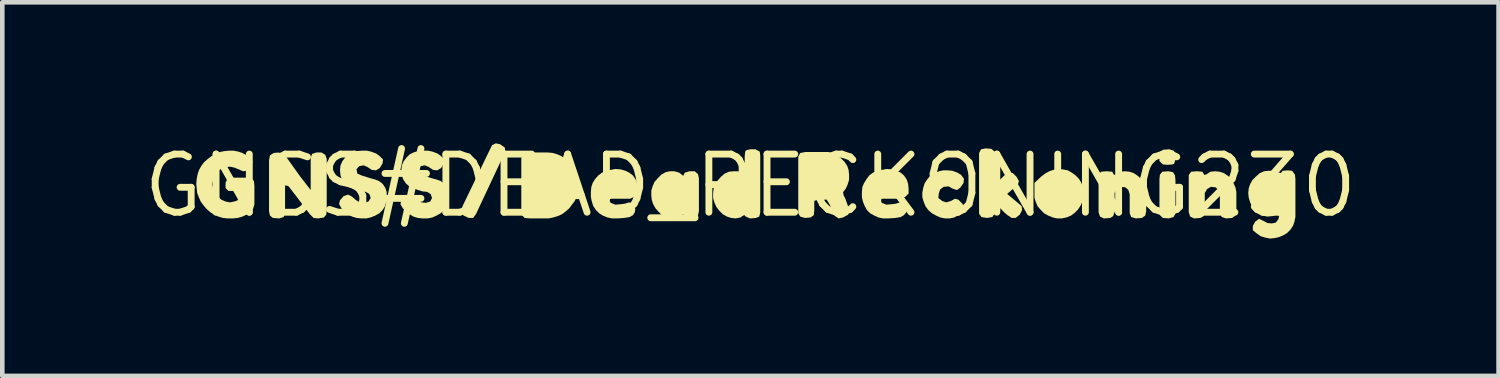
<source format=kicad_pcb>
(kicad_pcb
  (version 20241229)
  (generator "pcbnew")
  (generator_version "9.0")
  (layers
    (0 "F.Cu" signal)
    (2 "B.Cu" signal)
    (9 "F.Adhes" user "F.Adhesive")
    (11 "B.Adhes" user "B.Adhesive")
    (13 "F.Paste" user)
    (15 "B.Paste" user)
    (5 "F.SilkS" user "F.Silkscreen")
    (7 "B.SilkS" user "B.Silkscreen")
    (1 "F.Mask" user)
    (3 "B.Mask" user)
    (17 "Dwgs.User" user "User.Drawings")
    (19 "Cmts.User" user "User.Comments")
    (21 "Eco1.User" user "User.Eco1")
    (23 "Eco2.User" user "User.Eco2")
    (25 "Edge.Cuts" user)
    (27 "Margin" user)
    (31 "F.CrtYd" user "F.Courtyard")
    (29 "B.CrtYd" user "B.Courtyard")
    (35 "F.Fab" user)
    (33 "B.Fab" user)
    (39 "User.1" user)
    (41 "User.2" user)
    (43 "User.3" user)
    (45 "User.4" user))
  (footprint "GNSS#DEAD_RECKONING230"
    (layer "F.Cu")
    (at 13.342 1.006)
    (property "Reference" "GNSS#DEAD_RECKONING230" (at 0 0 0) (layer "F.SilkS") (effects (font (size 1.27 1.27) (thickness 0.15))))
    (fp_poly (pts (xy 9.244 -0.764) (xy 9.285 -0.681) (xy 9.285 -0.569) (xy 9.254 -0.476) (xy 9.221 -0.465) (xy 9.12 -0.455) (xy 9.008 -0.465) (xy 8.935 -0.538) (xy 8.935 -0.64) (xy 8.945 -0.733) (xy 9.018 -0.785) (xy 9.151 -0.795)) (stroke (width 0) (type default)) (fill yes) (layer "F.SilkS"))
    (fp_poly (pts (xy 9.233 -0.294) (xy 9.275 -0.222) (xy 9.285 -0.11) (xy 9.285 0.611) (xy 9.243 0.684) (xy 9.141 0.715) (xy 9.008 0.705) (xy 8.945 0.642) (xy 8.935 0.55) (xy 8.935 -0.14) (xy 8.945 -0.242) (xy 8.998 -0.305) (xy 9.13 -0.315)) (stroke (width 0) (type default)) (fill yes) (layer "F.SilkS"))
    (fp_poly (pts (xy -5.468 -0.905) (xy -5.365 -0.833) (xy -5.355 -0.759) (xy -5.395 -0.658) (xy -5.996 0.623) (xy -6.058 0.705) (xy -6.151 0.705) (xy -6.263 0.654) (xy -6.325 0.592) (xy -6.305 0.488) (xy -6.265 0.398) (xy -5.694 -0.782) (xy -5.644 -0.884) (xy -5.561 -0.925)) (stroke (width 0) (type default)) (fill yes) (layer "F.SilkS"))
    (fp_poly (pts (xy -10.207 -0.694) (xy -10.136 -0.623) (xy -9.836 -0.203) (xy -9.605 0.095) (xy -9.605 -0.611) (xy -9.574 -0.694) (xy -9.481 -0.725) (xy -9.369 -0.725) (xy -9.286 -0.673) (xy -9.255 -0.581) (xy -9.255 0.54) (xy -9.265 0.632) (xy -9.317 0.695) (xy -9.44 0.715) (xy -9.542 0.705) (xy -9.624 0.623) (xy -9.934 0.213) (xy -10.165 -0.085) (xy -10.165 0.601) (xy -10.196 0.684) (xy -10.289 0.715) (xy -10.432 0.705) (xy -10.495 0.653) (xy -10.515 0.561) (xy -10.515 -0.56) (xy -10.494 -0.663) (xy -10.412 -0.715) (xy -10.31 -0.725)) (stroke (width 0) (type default)) (fill yes) (layer "F.SilkS"))
    (fp_poly (pts (xy -1.558 -0.285) (xy -1.476 -0.223) (xy -1.47 -0.211) (xy -1.434 -0.284) (xy -1.331 -0.315) (xy -1.218 -0.315) (xy -1.145 -0.253) (xy -1.125 -0.161) (xy -1.125 0.561) (xy -1.146 0.653) (xy -1.218 0.705) (xy -1.341 0.715) (xy -1.433 0.684) (xy -1.471 0.618) (xy -1.537 0.674) (xy -1.629 0.705) (xy -1.74 0.715) (xy -1.832 0.695) (xy -1.923 0.654) (xy -2.004 0.573) (xy -2.074 0.493) (xy -2.125 0.402) (xy -2.155 0.311) (xy -2.165 0.21) (xy -2.165 0.109) (xy -2.135 0.008) (xy -2.094 -0.083) (xy -2.024 -0.163) (xy -1.943 -0.244) (xy -1.852 -0.295) (xy -1.761 -0.315) (xy -1.659 -0.315)) (stroke (width 0) (type default)) (fill yes) (layer "F.SilkS"))
    (fp_poly (pts (xy -4.319 -0.715) (xy -4.218 -0.685) (xy -4.127 -0.644) (xy -4.047 -0.584) (xy -3.967 -0.514) (xy -3.896 -0.443) (xy -3.836 -0.352) (xy -3.795 -0.262) (xy -3.765 -0.171) (xy -3.755 -0.06) (xy -3.755 0.04) (xy -3.765 0.141) (xy -3.795 0.242) (xy -3.836 0.333) (xy -3.896 0.413) (xy -3.956 0.493) (xy -4.037 0.564) (xy -4.117 0.624) (xy -4.204 0.663) (xy -4.203 0.663) (xy -4.208 0.665) (xy -4.213 0.667) (xy -4.213 0.666) (xy -4.309 0.695) (xy -4.41 0.715) (xy -4.82 0.715) (xy -4.932 0.705) (xy -4.995 0.642) (xy -5.005 0.53) (xy -5.005 -0.591) (xy -4.984 -0.683) (xy -4.901 -0.725) (xy -4.42 -0.725)) (stroke (width 0) (type default)) (fill yes) (layer "F.SilkS"))
    (fp_poly (pts (xy 0.205 -0.743) (xy 0.215 -0.65) (xy 0.215 0.581) (xy 0.194 0.674) (xy 0.121 0.705) (xy -0.011 0.715) (xy -0.103 0.674) (xy -0.14 0.637) (xy -0.218 0.695) (xy -0.32 0.715) (xy -0.421 0.705) (xy -0.512 0.675) (xy -0.603 0.624) (xy -0.684 0.543) (xy -0.744 0.463) (xy -0.785 0.372) (xy -0.815 0.271) (xy -0.815 0.17) (xy -0.805 0.069) (xy -0.775 -0.022) (xy -0.714 -0.113) (xy -0.644 -0.194) (xy -0.563 -0.264) (xy -0.471 -0.305) (xy -0.37 -0.315) (xy -0.269 -0.315) (xy -0.178 -0.274) (xy -0.125 -0.239) (xy -0.125 -0.64) (xy -0.115 -0.742) (xy -0.093 -0.774) (xy -0.001 -0.795) (xy 0.111 -0.795)) (stroke (width 0) (type default)) (fill yes) (layer "F.SilkS"))
    (fp_poly (pts (xy 5.262 -0.805) (xy 5.325 -0.753) (xy 5.335 -0.64) (xy 5.335 -0.039) (xy 5.387 -0.074) (xy 5.487 -0.164) (xy 5.547 -0.224) (xy 5.649 -0.285) (xy 5.732 -0.275) (xy 5.814 -0.193) (xy 5.865 -0.101) (xy 5.844 -0.027) (xy 5.753 0.054) (xy 5.608 0.18) (xy 5.843 0.376) (xy 5.925 0.447) (xy 5.935 0.531) (xy 5.884 0.633) (xy 5.792 0.705) (xy 5.708 0.705) (xy 5.617 0.644) (xy 5.557 0.594) (xy 5.467 0.504) (xy 5.378 0.425) (xy 5.335 0.416) (xy 5.335 0.612) (xy 5.283 0.685) (xy 5.17 0.705) (xy 5.047 0.685) (xy 4.995 0.612) (xy 4.995 -0.711) (xy 5.037 -0.794) (xy 5.14 -0.815)) (stroke (width 0) (type default)) (fill yes) (layer "F.SilkS"))
    (fp_poly (pts (xy 10.251 -0.305) (xy 10.342 -0.275) (xy 10.433 -0.214) (xy 10.504 -0.143) (xy 10.554 -0.052) (xy 10.595 0.038) (xy 10.615 0.14) (xy 10.615 0.561) (xy 10.594 0.653) (xy 10.522 0.705) (xy 10.389 0.715) (xy 10.296 0.684) (xy 10.255 0.601) (xy 10.255 0.191) (xy 10.226 0.093) (xy 10.158 0.035) (xy 10.061 0.025) (xy 9.974 0.074) (xy 9.925 0.161) (xy 9.925 0.571) (xy 9.904 0.663) (xy 9.831 0.705) (xy 9.689 0.715) (xy 9.606 0.674) (xy 9.575 0.581) (xy 9.575 -0.232) (xy 9.627 -0.305) (xy 9.75 -0.315) (xy 9.873 -0.305) (xy 9.913 -0.236) (xy 9.958 -0.245) (xy 10.048 -0.305) (xy 10.15 -0.315)) (stroke (width 0) (type default)) (fill yes) (layer "F.SilkS"))
    (fp_poly (pts (xy 6.831 -0.355) (xy 6.932 -0.335) (xy 7.023 -0.284) (xy 7.103 -0.224) (xy 7.174 -0.153) (xy 7.224 -0.072) (xy 7.265 0.029) (xy 7.275 0.13) (xy 7.275 0.24) (xy 7.255 0.342) (xy 7.214 0.432) (xy 7.154 0.523) (xy 7.083 0.594) (xy 7.002 0.654) (xy 6.901 0.695) (xy 6.8 0.715) (xy 6.699 0.715) (xy 6.609 0.695) (xy 6.512 0.656) (xy 6.512 0.657) (xy 6.508 0.655) (xy 6.503 0.652) (xy 6.503 0.652) (xy 6.417 0.604) (xy 6.346 0.533) (xy 6.276 0.453) (xy 6.235 0.362) (xy 6.205 0.261) (xy 6.205 -0.062) (xy 6.357 -0.204) (xy 6.437 -0.264) (xy 6.528 -0.315) (xy 6.619 -0.345) (xy 6.73 -0.365)) (stroke (width 0) (type default)) (fill yes) (layer "F.SilkS"))
    (fp_poly (pts (xy 8.281 -0.305) (xy 8.372 -0.275) (xy 8.463 -0.214) (xy 8.534 -0.143) (xy 8.584 -0.052) (xy 8.625 0.039) (xy 8.635 0.14) (xy 8.645 0.25) (xy 8.645 0.561) (xy 8.624 0.653) (xy 8.552 0.705) (xy 8.419 0.715) (xy 8.316 0.684) (xy 8.285 0.601) (xy 8.285 0.191) (xy 8.256 0.093) (xy 8.188 0.035) (xy 8.081 0.025) (xy 8.004 0.074) (xy 7.955 0.161) (xy 7.955 0.571) (xy 7.924 0.663) (xy 7.862 0.705) (xy 7.719 0.715) (xy 7.636 0.674) (xy 7.605 0.581) (xy 7.605 -0.232) (xy 7.657 -0.305) (xy 7.78 -0.315) (xy 7.903 -0.305) (xy 7.943 -0.236) (xy 7.988 -0.245) (xy 8.078 -0.305) (xy 8.18 -0.315)) (stroke (width 0) (type default)) (fill yes) (layer "F.SilkS"))
    (fp_poly (pts (xy 1.802 -0.705) (xy 1.893 -0.664) (xy 1.979 -0.597) (xy 1.98 -0.597) (xy 1.983 -0.594) (xy 1.987 -0.591) (xy 1.987 -0.59) (xy 2.054 -0.523) (xy 2.115 -0.432) (xy 2.145 -0.341) (xy 2.155 -0.24) (xy 2.155 -0.129) (xy 2.125 -0.028) (xy 2.084 0.063) (xy 2.025 0.141) (xy 2.035 0.208) (xy 2.075 0.288) (xy 2.115 0.398) (xy 2.135 0.458) (xy 2.165 0.56) (xy 2.134 0.634) (xy 2.022 0.695) (xy 1.929 0.715) (xy 1.846 0.663) (xy 1.736 0.422) (xy 1.667 0.305) (xy 1.471 0.305) (xy 1.395 0.333) (xy 1.395 0.54) (xy 1.385 0.643) (xy 1.312 0.695) (xy 1.189 0.705) (xy 1.087 0.674) (xy 1.045 0.601) (xy 1.045 -0.631) (xy 1.087 -0.714) (xy 1.19 -0.735) (xy 1.701 -0.735)) (stroke (width 0) (type default)) (fill yes) (layer "F.SilkS"))
    (fp_poly (pts (xy -2.829 -0.355) (xy -2.728 -0.325) (xy -2.647 -0.284) (xy -2.566 -0.223) (xy -2.505 -0.132) (xy -2.475 -0.041) (xy -2.465 0.06) (xy -2.465 0.172) (xy -2.537 0.244) (xy -2.629 0.285) (xy -3.039 0.285) (xy -3.111 0.312) (xy -3.047 0.376) (xy -2.949 0.415) (xy -2.841 0.405) (xy -2.751 0.395) (xy -2.65 0.365) (xy -2.576 0.396) (xy -2.515 0.509) (xy -2.525 0.582) (xy -2.566 0.644) (xy -2.638 0.685) (xy -2.759 0.705) (xy -2.9 0.715) (xy -3.02 0.715) (xy -3.121 0.695) (xy -3.222 0.654) (xy -3.303 0.604) (xy -3.374 0.533) (xy -3.435 0.442) (xy -3.465 0.341) (xy -3.485 0.251) (xy -3.485 0.14) (xy -3.475 0.029) (xy -3.445 -0.062) (xy -3.394 -0.143) (xy -3.323 -0.224) (xy -3.243 -0.284) (xy -3.152 -0.325) (xy -3.051 -0.345) (xy -2.95 -0.365)) (stroke (width 0) (type default)) (fill yes) (layer "F.SilkS"))
    (fp_poly (pts (xy 3.091 -0.355) (xy 3.192 -0.325) (xy 3.283 -0.284) (xy 3.354 -0.223) (xy 3.415 -0.132) (xy 3.445 -0.041) (xy 3.455 0.06) (xy 3.455 0.172) (xy 3.383 0.244) (xy 3.291 0.285) (xy 2.881 0.285) (xy 2.818 0.312) (xy 2.873 0.376) (xy 2.971 0.415) (xy 3.079 0.405) (xy 3.169 0.395) (xy 3.27 0.365) (xy 3.354 0.396) (xy 3.405 0.509) (xy 3.405 0.582) (xy 3.353 0.644) (xy 3.282 0.685) (xy 3.171 0.705) (xy 3.02 0.715) (xy 2.9 0.715) (xy 2.798 0.695) (xy 2.708 0.654) (xy 2.617 0.604) (xy 2.546 0.533) (xy 2.495 0.442) (xy 2.455 0.341) (xy 2.435 0.251) (xy 2.435 0.14) (xy 2.445 0.029) (xy 2.486 -0.062) (xy 2.536 -0.143) (xy 2.596 -0.224) (xy 2.677 -0.284) (xy 2.768 -0.325) (xy 2.869 -0.345) (xy 2.98 -0.365)) (stroke (width 0) (type default)) (fill yes) (layer "F.SilkS"))
    (fp_poly (pts (xy 4.411 -0.325) (xy 4.522 -0.285) (xy 4.603 -0.234) (xy 4.665 -0.151) (xy 4.655 -0.058) (xy 4.584 0.044) (xy 4.511 0.096) (xy 4.418 0.065) (xy 4.329 0.015) (xy 4.222 0.025) (xy 4.144 0.083) (xy 4.115 0.171) (xy 4.105 0.268) (xy 4.192 0.336) (xy 4.28 0.365) (xy 4.378 0.335) (xy 4.469 0.285) (xy 4.543 0.306) (xy 4.634 0.397) (xy 4.665 0.49) (xy 4.634 0.573) (xy 4.543 0.644) (xy 4.452 0.695) (xy 4.35 0.715) (xy 4.25 0.715) (xy 4.148 0.695) (xy 4.058 0.654) (xy 3.967 0.604) (xy 3.886 0.533) (xy 3.826 0.452) (xy 3.785 0.352) (xy 3.755 0.251) (xy 3.755 0.15) (xy 3.775 0.049) (xy 3.805 -0.052) (xy 3.866 -0.143) (xy 3.927 -0.214) (xy 4.018 -0.274) (xy 4.119 -0.315) (xy 4.209 -0.335) (xy 4.31 -0.335)) (stroke (width 0) (type default)) (fill yes) (layer "F.SilkS"))
    (fp_poly (pts (xy 11.833 -0.325) (xy 11.895 -0.242) (xy 11.905 -0.14) (xy 11.905 0.68) (xy 11.885 0.781) (xy 11.855 0.872) (xy 11.794 0.963) (xy 11.723 1.034) (xy 11.642 1.084) (xy 11.541 1.125) (xy 11.451 1.145) (xy 11.35 1.155) (xy 11.249 1.135) (xy 11.148 1.105) (xy 11.047 1.034) (xy 10.975 0.972) (xy 10.975 0.879) (xy 11.026 0.787) (xy 11.109 0.724) (xy 11.202 0.766) (xy 11.292 0.815) (xy 11.39 0.825) (xy 11.477 0.806) (xy 11.535 0.728) (xy 11.555 0.63) (xy 11.555 0.581) (xy 11.493 0.634) (xy 11.401 0.665) (xy 11.29 0.675) (xy 11.198 0.655) (xy 11.107 0.604) (xy 11.026 0.534) (xy 10.956 0.453) (xy 10.915 0.362) (xy 10.885 0.261) (xy 10.875 0.16) (xy 10.885 0.059) (xy 10.915 -0.032) (xy 10.966 -0.123) (xy 11.047 -0.204) (xy 11.127 -0.274) (xy 11.219 -0.315) (xy 11.31 -0.325) (xy 11.411 -0.325) (xy 11.512 -0.275) (xy 11.568 -0.256) (xy 11.628 -0.325) (xy 11.74 -0.335)) (stroke (width 0) (type default)) (fill yes) (layer "F.SilkS"))
    (fp_poly (pts (xy -8.289 -0.745) (xy -8.178 -0.704) (xy -8.107 -0.654) (xy -8.025 -0.572) (xy -8.035 -0.488) (xy -8.096 -0.386) (xy -8.179 -0.335) (xy -8.272 -0.345) (xy -8.362 -0.406) (xy -8.451 -0.445) (xy -8.547 -0.425) (xy -8.605 -0.359) (xy -8.586 -0.264) (xy -8.498 -0.225) (xy -8.309 -0.165) (xy -8.198 -0.135) (xy -8.118 -0.104) (xy -8.036 -0.043) (xy -7.975 0.048) (xy -7.945 0.139) (xy -7.945 0.25) (xy -7.955 0.351) (xy -7.985 0.452) (xy -8.036 0.533) (xy -8.107 0.604) (xy -8.198 0.655) (xy -8.299 0.695) (xy -8.389 0.715) (xy -8.5 0.715) (xy -8.601 0.705) (xy -8.702 0.675) (xy -8.783 0.624) (xy -8.873 0.554) (xy -8.934 0.493) (xy -8.985 0.401) (xy -8.965 0.318) (xy -8.883 0.226) (xy -8.79 0.195) (xy -8.707 0.236) (xy -8.627 0.306) (xy -8.538 0.365) (xy -8.431 0.375) (xy -8.343 0.346) (xy -8.295 0.269) (xy -8.324 0.183) (xy -8.402 0.135) (xy -8.501 0.125) (xy -8.602 0.095) (xy -8.702 0.055) (xy -8.793 0.014) (xy -8.864 -0.047) (xy -8.925 -0.138) (xy -8.955 -0.229) (xy -8.965 -0.34) (xy -8.955 -0.441) (xy -8.914 -0.533) (xy -8.854 -0.613) (xy -8.783 -0.684) (xy -8.702 -0.725) (xy -8.601 -0.755) (xy -8.49 -0.765) (xy -8.379 -0.765)) (stroke (width 0) (type default)) (fill yes) (layer "F.SilkS"))
    (fp_poly (pts (xy -6.949 -0.745) (xy -6.838 -0.704) (xy -6.767 -0.654) (xy -6.685 -0.572) (xy -6.695 -0.488) (xy -6.756 -0.386) (xy -6.839 -0.335) (xy -6.932 -0.345) (xy -7.022 -0.406) (xy -7.111 -0.445) (xy -7.207 -0.425) (xy -7.265 -0.359) (xy -7.246 -0.264) (xy -7.158 -0.225) (xy -6.969 -0.165) (xy -6.859 -0.135) (xy -6.767 -0.104) (xy -6.696 -0.043) (xy -6.635 0.048) (xy -6.605 0.139) (xy -6.595 0.25) (xy -6.615 0.351) (xy -6.645 0.452) (xy -6.696 0.533) (xy -6.767 0.604) (xy -6.858 0.654) (xy -6.948 0.695) (xy -7.05 0.715) (xy -7.16 0.715) (xy -7.261 0.705) (xy -7.362 0.675) (xy -7.443 0.624) (xy -7.533 0.554) (xy -7.594 0.493) (xy -7.645 0.401) (xy -7.625 0.318) (xy -7.543 0.226) (xy -7.45 0.195) (xy -7.367 0.236) (xy -7.287 0.306) (xy -7.188 0.365) (xy -7.09 0.375) (xy -6.994 0.346) (xy -6.955 0.27) (xy -6.984 0.183) (xy -7.062 0.135) (xy -7.161 0.125) (xy -7.262 0.095) (xy -7.362 0.055) (xy -7.453 0.014) (xy -7.524 -0.047) (xy -7.585 -0.138) (xy -7.615 -0.229) (xy -7.625 -0.34) (xy -7.615 -0.441) (xy -7.574 -0.533) (xy -7.514 -0.613) (xy -7.443 -0.684) (xy -7.362 -0.725) (xy -7.261 -0.755) (xy -7.15 -0.765) (xy -7.039 -0.765)) (stroke (width 0) (type default)) (fill yes) (layer "F.SilkS"))
    (fp_poly (pts (xy -11.189 -0.745) (xy -11.098 -0.715) (xy -11.007 -0.664) (xy -10.916 -0.603) (xy -10.875 -0.51) (xy -10.916 -0.417) (xy -11.008 -0.325) (xy -11.081 -0.315) (xy -11.271 -0.395) (xy -11.37 -0.415) (xy -11.469 -0.405) (xy -11.568 -0.366) (xy -11.646 -0.306) (xy -11.706 -0.228) (xy -11.735 -0.139) (xy -11.755 -0.03) (xy -11.735 0.069) (xy -11.706 0.157) (xy -11.636 0.236) (xy -11.557 0.306) (xy -11.468 0.345) (xy -11.37 0.365) (xy -11.271 0.345) (xy -11.195 0.317) (xy -11.195 0.115) (xy -11.402 0.115) (xy -11.465 0.052) (xy -11.465 -0.061) (xy -11.424 -0.154) (xy -11.331 -0.175) (xy -11.02 -0.175) (xy -10.908 -0.165) (xy -10.845 -0.102) (xy -10.835 0.01) (xy -10.835 0.411) (xy -10.866 0.512) (xy -10.927 0.584) (xy -11.008 0.634) (xy -11.098 0.675) (xy -11.199 0.705) (xy -11.31 0.715) (xy -11.42 0.715) (xy -11.521 0.705) (xy -11.622 0.675) (xy -11.712 0.634) (xy -11.793 0.584) (xy -11.874 0.514) (xy -11.944 0.433) (xy -12.004 0.353) (xy -12.045 0.262) (xy -12.085 0.161) (xy -12.095 0.06) (xy -12.105 -0.04) (xy -12.095 -0.151) (xy -12.075 -0.251) (xy -12.045 -0.342) (xy -11.994 -0.433) (xy -11.934 -0.513) (xy -11.853 -0.584) (xy -11.773 -0.644) (xy -11.682 -0.694) (xy -11.592 -0.735) (xy -11.491 -0.755) (xy -11.39 -0.765) (xy -11.29 -0.765)) (stroke (width 0) (type default)) (fill yes) (layer "F.SilkS")))
  (gr_rect
    (start -3 -3)
    (end 29.685 5.161)
    (stroke (width 0.1) (type default))
    (fill no)
    (layer "Edge.Cuts")))
</source>
